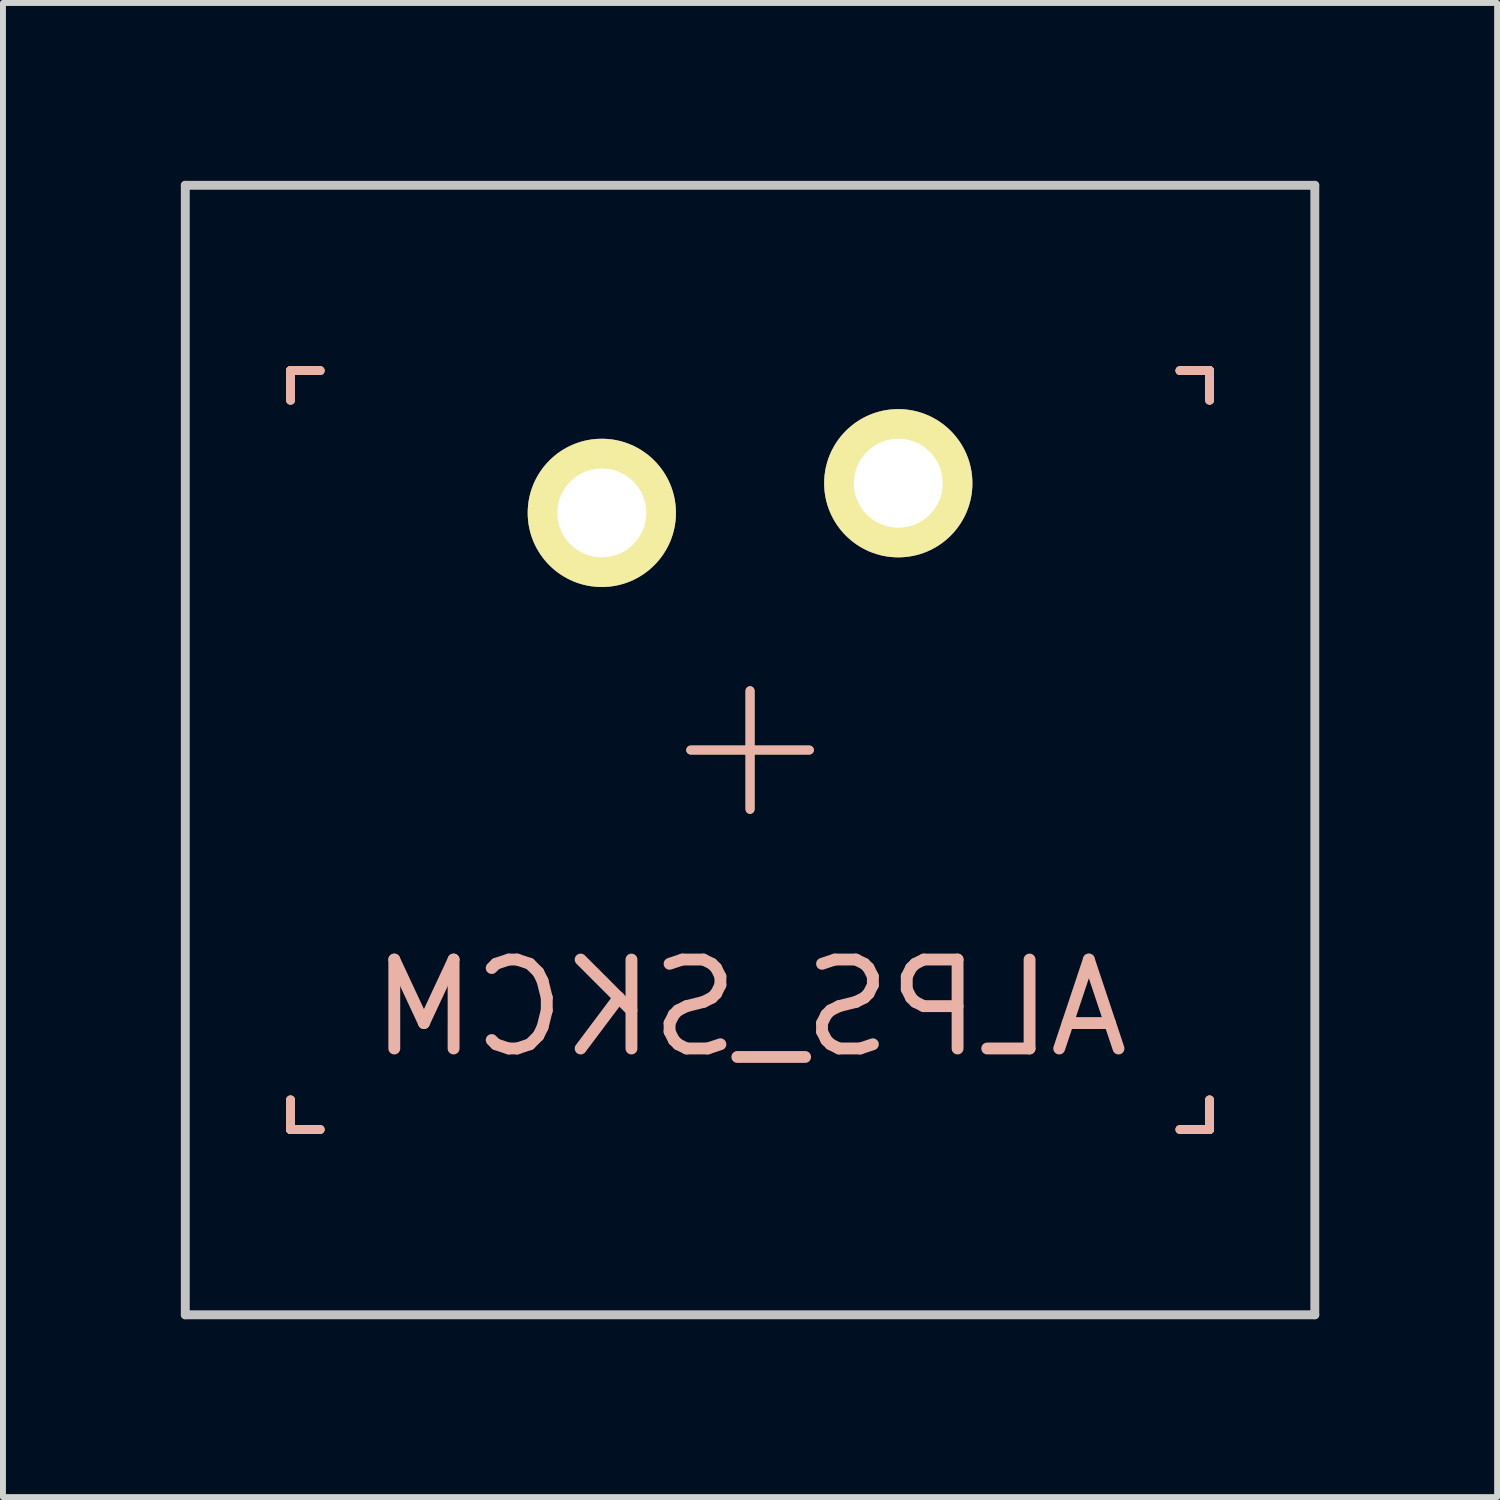
<source format=kicad_pcb>
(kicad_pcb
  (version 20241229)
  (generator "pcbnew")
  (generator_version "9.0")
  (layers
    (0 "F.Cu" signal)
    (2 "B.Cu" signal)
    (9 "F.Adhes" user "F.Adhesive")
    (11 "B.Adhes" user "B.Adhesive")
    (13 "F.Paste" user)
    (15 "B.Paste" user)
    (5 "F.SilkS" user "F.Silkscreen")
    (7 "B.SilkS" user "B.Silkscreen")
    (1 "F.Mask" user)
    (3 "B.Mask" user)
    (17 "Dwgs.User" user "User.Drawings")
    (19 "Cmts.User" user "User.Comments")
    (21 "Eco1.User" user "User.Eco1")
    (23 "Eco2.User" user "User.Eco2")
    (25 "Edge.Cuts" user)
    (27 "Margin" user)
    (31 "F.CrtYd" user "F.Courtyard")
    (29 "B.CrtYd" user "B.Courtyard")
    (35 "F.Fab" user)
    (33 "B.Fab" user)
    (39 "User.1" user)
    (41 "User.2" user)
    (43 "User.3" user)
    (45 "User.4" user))
  (footprint "ALPS_SKCM"
    (layer "F.Cu")
    (at 9.6 9.6)
    (property "Reference" "ALPS_SKCM" (at 0 4.35 0) (layer "B.SilkS") (effects (font (size 1.5 1.5) (thickness 0.2)) (justify mirror)))
    (attr through_hole)
    (fp_line (start -7.75 -6.4) (end -7.75 -5.9) (stroke (width 0.15) (type solid)) (layer "F.SilkS"))
    (fp_line (start -7.75 -6.4) (end -7.25 -6.4) (stroke (width 0.15) (type solid)) (layer "F.SilkS"))
    (fp_line (start -7.75 6.4) (end -7.75 5.9) (stroke (width 0.15) (type solid)) (layer "F.SilkS"))
    (fp_line (start -7.75 6.4) (end -7.25 6.4) (stroke (width 0.15) (type solid)) (layer "F.SilkS"))
    (fp_line (start -1 0) (end 1 0) (stroke (width 0.15) (type solid)) (layer "F.SilkS"))
    (fp_line (start 0 -1) (end 0 1) (stroke (width 0.15) (type solid)) (layer "F.SilkS"))
    (fp_line (start 7.75 -6.4) (end 7.25 -6.4) (stroke (width 0.15) (type solid)) (layer "F.SilkS"))
    (fp_line (start 7.75 -6.4) (end 7.75 -5.9) (stroke (width 0.15) (type solid)) (layer "F.SilkS"))
    (fp_line (start 7.75 6.4) (end 7.25 6.4) (stroke (width 0.15) (type solid)) (layer "F.SilkS"))
    (fp_line (start 7.75 6.4) (end 7.75 5.9) (stroke (width 0.15) (type solid)) (layer "F.SilkS"))
    (fp_line (start -7.75 -6.4) (end -7.75 -5.9) (stroke (width 0.15) (type solid)) (layer "B.SilkS"))
    (fp_line (start -7.75 -6.4) (end -7.25 -6.4) (stroke (width 0.15) (type solid)) (layer "B.SilkS"))
    (fp_line (start -7.75 6.4) (end -7.75 5.9) (stroke (width 0.15) (type solid)) (layer "B.SilkS"))
    (fp_line (start -7.75 6.4) (end -7.25 6.4) (stroke (width 0.15) (type solid)) (layer "B.SilkS"))
    (fp_line (start -1 0) (end 1 0) (stroke (width 0.15) (type solid)) (layer "B.SilkS"))
    (fp_line (start 0 -1) (end 0 1) (stroke (width 0.15) (type solid)) (layer "B.SilkS"))
    (fp_line (start 7.75 -6.4) (end 7.25 -6.4) (stroke (width 0.15) (type solid)) (layer "B.SilkS"))
    (fp_line (start 7.75 -6.4) (end 7.75 -5.9) (stroke (width 0.15) (type solid)) (layer "B.SilkS"))
    (fp_line (start 7.75 6.4) (end 7.25 6.4) (stroke (width 0.15) (type solid)) (layer "B.SilkS"))
    (fp_line (start 7.75 6.4) (end 7.75 5.9) (stroke (width 0.15) (type solid)) (layer "B.SilkS"))
    (fp_line (start -9.525 -9.525) (end 9.525 -9.525) (stroke (width 0.15) (type solid)) (layer "Dwgs.User"))
    (fp_line (start -9.525 9.525) (end -9.525 -9.525) (stroke (width 0.15) (type solid)) (layer "Dwgs.User"))
    (fp_line (start -9.525 9.525) (end 9.525 9.525) (stroke (width 0.15) (type solid)) (layer "Dwgs.User"))
    (fp_line (start 9.525 9.525) (end 9.525 -9.525) (stroke (width 0.15) (type solid)) (layer "Dwgs.User"))
    (pad "1" thru_hole circle (at -2.5 -4) (size 2.5 2.5) (drill 1.5) (layers "*.Cu" "*.Mask" "F.SilkS"))
    (pad "2" thru_hole circle (at 2.5 -4.5) (size 2.5 2.5) (drill 1.5) (layers "*.Cu" "*.Mask" "F.SilkS")))
  (gr_rect
    (start -3 -3)
    (end 22.2 22.2)
    (stroke (width 0.1) (type default))
    (fill no)
    (layer "Edge.Cuts")))
</source>
